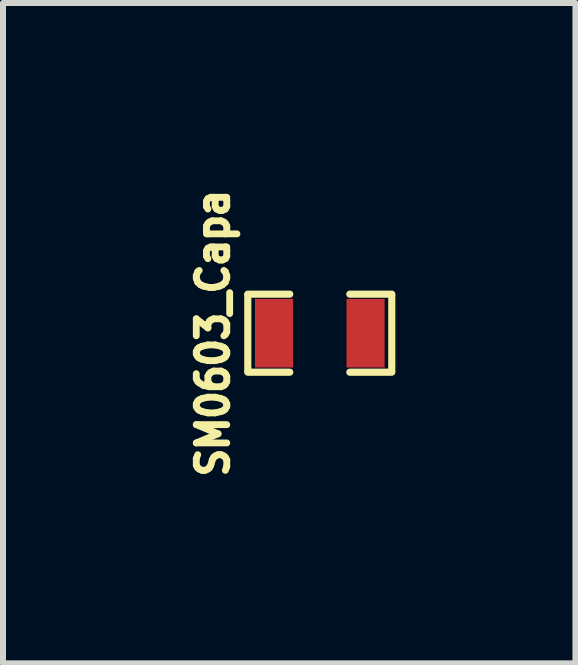
<source format=kicad_pcb>
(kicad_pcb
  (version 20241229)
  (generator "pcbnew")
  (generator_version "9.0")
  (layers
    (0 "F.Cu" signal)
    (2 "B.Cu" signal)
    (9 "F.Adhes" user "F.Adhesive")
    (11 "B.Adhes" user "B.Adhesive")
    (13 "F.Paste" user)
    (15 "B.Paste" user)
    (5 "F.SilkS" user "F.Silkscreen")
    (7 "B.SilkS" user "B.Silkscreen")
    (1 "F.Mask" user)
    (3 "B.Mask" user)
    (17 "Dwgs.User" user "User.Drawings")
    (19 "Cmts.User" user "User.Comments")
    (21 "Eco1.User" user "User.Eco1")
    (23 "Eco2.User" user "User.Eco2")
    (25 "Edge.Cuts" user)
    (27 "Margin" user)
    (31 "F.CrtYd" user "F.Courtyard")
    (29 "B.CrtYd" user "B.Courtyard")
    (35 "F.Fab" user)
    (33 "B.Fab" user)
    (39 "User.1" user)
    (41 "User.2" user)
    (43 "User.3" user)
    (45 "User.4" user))
  (footprint "SM0603_Capa"
    (layer "F.Cu")
    (at 2.276 2.499)
    (property "Reference" "SM0603_Capa" (at -1.778 0 90) (layer "F.SilkS") (effects (font (size 0.508 0.457) (thickness 0.114))))
    (attr smd)
    (fp_line (start -1.199 -0.65) (end -0.5 -0.65) (stroke (width 0.119) (type solid)) (layer "F.SilkS"))
    (fp_line (start -1.199 0.635) (end -1.199 -0.635) (stroke (width 0.119) (type solid)) (layer "F.SilkS"))
    (fp_line (start -0.5 0.65) (end -1.199 0.65) (stroke (width 0.119) (type solid)) (layer "F.SilkS"))
    (fp_line (start 0.5 -0.65) (end 1.199 -0.65) (stroke (width 0.119) (type solid)) (layer "F.SilkS"))
    (fp_line (start 0.5 0.65) (end 1.199 0.65) (stroke (width 0.119) (type solid)) (layer "F.SilkS"))
    (fp_line (start 1.199 -0.635) (end 1.199 0.635) (stroke (width 0.119) (type solid)) (layer "F.SilkS"))
    (pad "1" smd rect (at -0.762 0) (size 0.635 1.143) (layers "F.Cu" "F.Mask" "F.Paste"))
    (pad "2" smd rect (at 0.762 0) (size 0.635 1.143) (layers "F.Cu" "F.Mask" "F.Paste")))
  (gr_rect
    (start -3 -3)
    (end 6.534 7.998)
    (stroke (width 0.1) (type default))
    (fill no)
    (layer "Edge.Cuts")))
</source>
